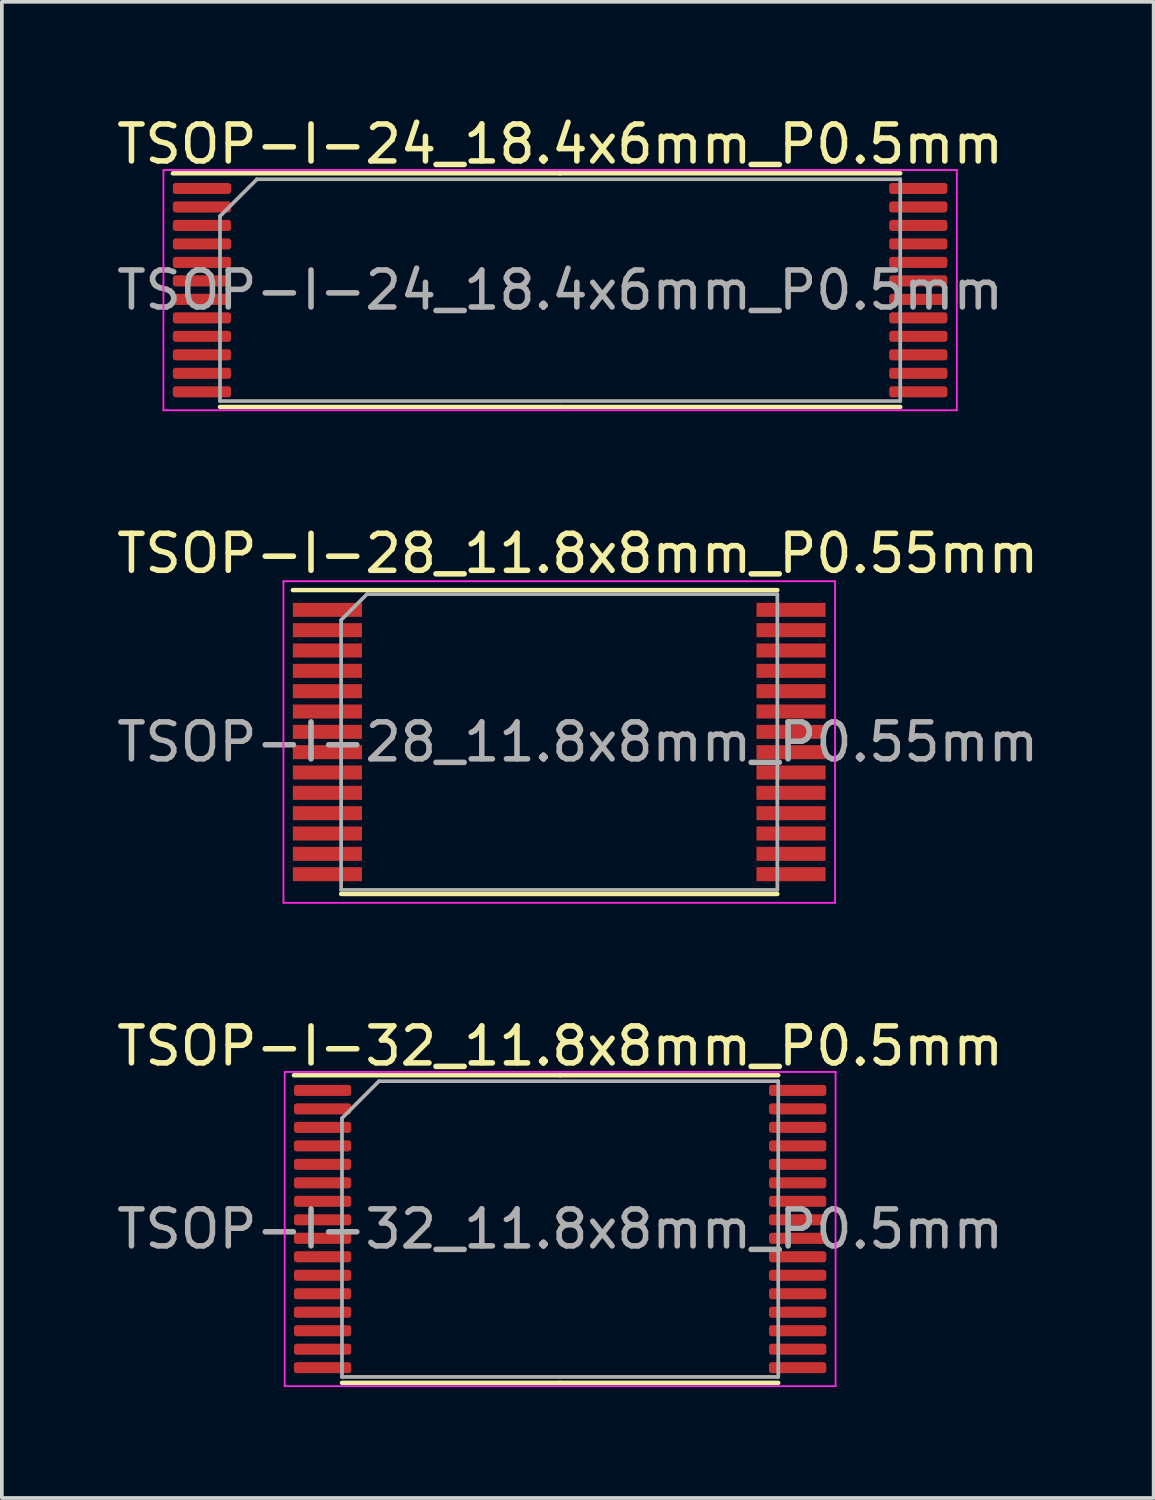
<source format=kicad_pcb>
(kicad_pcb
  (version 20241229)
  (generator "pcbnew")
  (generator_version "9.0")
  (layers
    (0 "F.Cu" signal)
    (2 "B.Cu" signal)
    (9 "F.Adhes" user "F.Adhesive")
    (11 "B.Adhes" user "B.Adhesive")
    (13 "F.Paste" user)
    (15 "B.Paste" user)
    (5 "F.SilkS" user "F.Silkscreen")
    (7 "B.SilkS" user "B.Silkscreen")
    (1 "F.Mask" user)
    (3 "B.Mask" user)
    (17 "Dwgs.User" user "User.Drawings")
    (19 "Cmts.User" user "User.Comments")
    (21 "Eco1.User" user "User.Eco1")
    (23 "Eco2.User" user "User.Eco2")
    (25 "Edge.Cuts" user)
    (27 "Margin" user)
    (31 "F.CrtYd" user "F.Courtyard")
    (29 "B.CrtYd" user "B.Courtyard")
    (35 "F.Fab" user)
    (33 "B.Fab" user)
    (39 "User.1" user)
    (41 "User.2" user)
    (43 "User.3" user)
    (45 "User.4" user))
  (footprint "TSOP-I-24_18.4x6mm_P0.5mm"
    (layer "F.Cu")
    (at 12.101 4.798)
    (property "Reference" "TSOP-I-24_18.4x6mm_P0.5mm" (at 0 -3.95 0) (layer "F.SilkS") (effects (font (size 1 1) (thickness 0.15))))
    (attr smd)
    (fp_line (start 0 -3.16) (end -10.475 -3.16) (stroke (width 0.12) (type solid)) (layer "F.SilkS"))
    (fp_line (start 0 -3.16) (end 9.2 -3.16) (stroke (width 0.12) (type solid)) (layer "F.SilkS"))
    (fp_line (start 0 3.16) (end -9.2 3.16) (stroke (width 0.12) (type solid)) (layer "F.SilkS"))
    (fp_line (start 0 3.16) (end 9.2 3.16) (stroke (width 0.12) (type solid)) (layer "F.SilkS"))
    (fp_line (start -10.73 -3.25) (end -10.73 3.25) (stroke (width 0.05) (type solid)) (layer "F.CrtYd"))
    (fp_line (start -10.73 3.25) (end 10.73 3.25) (stroke (width 0.05) (type solid)) (layer "F.CrtYd"))
    (fp_line (start 10.73 -3.25) (end -10.73 -3.25) (stroke (width 0.05) (type solid)) (layer "F.CrtYd"))
    (fp_line (start 10.73 3.25) (end 10.73 -3.25) (stroke (width 0.05) (type solid)) (layer "F.CrtYd"))
    (fp_line (start -9.2 -2) (end -8.2 -3) (stroke (width 0.1) (type solid)) (layer "F.Fab"))
    (fp_line (start -9.2 3) (end -9.2 -2) (stroke (width 0.1) (type solid)) (layer "F.Fab"))
    (fp_line (start -8.2 -3) (end 9.2 -3) (stroke (width 0.1) (type solid)) (layer "F.Fab"))
    (fp_line (start 9.2 -3) (end 9.2 3) (stroke (width 0.1) (type solid)) (layer "F.Fab"))
    (fp_line (start 9.2 3) (end -9.2 3) (stroke (width 0.1) (type solid)) (layer "F.Fab"))
    (fp_text user "${REFERENCE}" (at 0 0 0) (layer "F.Fab") (effects (font (size 1 1) (thickness 0.15))))
    (pad "1" smd roundrect (at -9.688 -2.75) (size 1.575 0.3) (layers "F.Cu" "F.Mask" "F.Paste") (roundrect_rratio 0.25))
    (pad "2" smd roundrect (at -9.688 -2.25) (size 1.575 0.3) (layers "F.Cu" "F.Mask" "F.Paste") (roundrect_rratio 0.25))
    (pad "3" smd roundrect (at -9.688 -1.75) (size 1.575 0.3) (layers "F.Cu" "F.Mask" "F.Paste") (roundrect_rratio 0.25))
    (pad "4" smd roundrect (at -9.688 -1.25) (size 1.575 0.3) (layers "F.Cu" "F.Mask" "F.Paste") (roundrect_rratio 0.25))
    (pad "5" smd roundrect (at -9.688 -0.75) (size 1.575 0.3) (layers "F.Cu" "F.Mask" "F.Paste") (roundrect_rratio 0.25))
    (pad "6" smd roundrect (at -9.688 -0.25) (size 1.575 0.3) (layers "F.Cu" "F.Mask" "F.Paste") (roundrect_rratio 0.25))
    (pad "7" smd roundrect (at -9.688 0.25) (size 1.575 0.3) (layers "F.Cu" "F.Mask" "F.Paste") (roundrect_rratio 0.25))
    (pad "8" smd roundrect (at -9.688 0.75) (size 1.575 0.3) (layers "F.Cu" "F.Mask" "F.Paste") (roundrect_rratio 0.25))
    (pad "9" smd roundrect (at -9.688 1.25) (size 1.575 0.3) (layers "F.Cu" "F.Mask" "F.Paste") (roundrect_rratio 0.25))
    (pad "10" smd roundrect (at -9.688 1.75) (size 1.575 0.3) (layers "F.Cu" "F.Mask" "F.Paste") (roundrect_rratio 0.25))
    (pad "11" smd roundrect (at -9.688 2.25) (size 1.575 0.3) (layers "F.Cu" "F.Mask" "F.Paste") (roundrect_rratio 0.25))
    (pad "12" smd roundrect (at -9.688 2.75) (size 1.575 0.3) (layers "F.Cu" "F.Mask" "F.Paste") (roundrect_rratio 0.25))
    (pad "13" smd roundrect (at 9.688 2.75) (size 1.575 0.3) (layers "F.Cu" "F.Mask" "F.Paste") (roundrect_rratio 0.25))
    (pad "14" smd roundrect (at 9.688 2.25) (size 1.575 0.3) (layers "F.Cu" "F.Mask" "F.Paste") (roundrect_rratio 0.25))
    (pad "15" smd roundrect (at 9.688 1.75) (size 1.575 0.3) (layers "F.Cu" "F.Mask" "F.Paste") (roundrect_rratio 0.25))
    (pad "16" smd roundrect (at 9.688 1.25) (size 1.575 0.3) (layers "F.Cu" "F.Mask" "F.Paste") (roundrect_rratio 0.25))
    (pad "17" smd roundrect (at 9.688 0.75) (size 1.575 0.3) (layers "F.Cu" "F.Mask" "F.Paste") (roundrect_rratio 0.25))
    (pad "18" smd roundrect (at 9.688 0.25) (size 1.575 0.3) (layers "F.Cu" "F.Mask" "F.Paste") (roundrect_rratio 0.25))
    (pad "19" smd roundrect (at 9.688 -0.25) (size 1.575 0.3) (layers "F.Cu" "F.Mask" "F.Paste") (roundrect_rratio 0.25))
    (pad "20" smd roundrect (at 9.688 -0.75) (size 1.575 0.3) (layers "F.Cu" "F.Mask" "F.Paste") (roundrect_rratio 0.25))
    (pad "21" smd roundrect (at 9.688 -1.25) (size 1.575 0.3) (layers "F.Cu" "F.Mask" "F.Paste") (roundrect_rratio 0.25))
    (pad "22" smd roundrect (at 9.688 -1.75) (size 1.575 0.3) (layers "F.Cu" "F.Mask" "F.Paste") (roundrect_rratio 0.25))
    (pad "23" smd roundrect (at 9.688 -2.25) (size 1.575 0.3) (layers "F.Cu" "F.Mask" "F.Paste") (roundrect_rratio 0.25))
    (pad "24" smd roundrect (at 9.688 -2.75) (size 1.575 0.3) (layers "F.Cu" "F.Mask" "F.Paste") (roundrect_rratio 0.25)))
  (footprint "TSOP-I-28_11.8x8mm_P0.55mm"
    (layer "F.Cu")
    (at 12.077 17.021)
    (property "Reference" "TSOP-I-28_11.8x8mm_P0.55mm" (at 0.5 -5.1 0) (layer "F.SilkS") (effects (font (size 1 1) (thickness 0.15))))
    (attr smd)
    (fp_line (start -7.205 -4.11) (end 5.9 -4.11) (stroke (width 0.12) (type solid)) (layer "F.SilkS"))
    (fp_line (start -5.9 4.11) (end 5.9 4.11) (stroke (width 0.12) (type solid)) (layer "F.SilkS"))
    (fp_line (start -7.46 -4.35) (end -7.46 4.35) (stroke (width 0.05) (type solid)) (layer "F.CrtYd"))
    (fp_line (start -7.46 -4.35) (end 7.46 -4.35) (stroke (width 0.05) (type solid)) (layer "F.CrtYd"))
    (fp_line (start 7.46 4.35) (end -7.46 4.35) (stroke (width 0.05) (type solid)) (layer "F.CrtYd"))
    (fp_line (start 7.46 4.35) (end 7.46 -4.35) (stroke (width 0.05) (type solid)) (layer "F.CrtYd"))
    (fp_line (start -5.9 -3.3) (end -5.9 4) (stroke (width 0.1) (type solid)) (layer "F.Fab"))
    (fp_line (start -5.9 -3.3) (end -5.2 -4) (stroke (width 0.1) (type solid)) (layer "F.Fab"))
    (fp_line (start 5.9 -4) (end -5.2 -4) (stroke (width 0.1) (type solid)) (layer "F.Fab"))
    (fp_line (start 5.9 -4) (end 5.9 4) (stroke (width 0.1) (type solid)) (layer "F.Fab"))
    (fp_line (start 5.9 4) (end -5.9 4) (stroke (width 0.1) (type solid)) (layer "F.Fab"))
    (fp_text user "${REFERENCE}" (at 0.5 0 0) (layer "F.Fab") (effects (font (size 1 1) (thickness 0.15))))
    (pad "1" smd rect (at -6.27 -3.575) (size 1.87 0.38) (layers "F.Cu" "F.Mask" "F.Paste"))
    (pad "2" smd rect (at -6.27 -3.025) (size 1.87 0.38) (layers "F.Cu" "F.Mask" "F.Paste"))
    (pad "3" smd rect (at -6.27 -2.475) (size 1.87 0.38) (layers "F.Cu" "F.Mask" "F.Paste"))
    (pad "4" smd rect (at -6.27 -1.925) (size 1.87 0.38) (layers "F.Cu" "F.Mask" "F.Paste"))
    (pad "5" smd rect (at -6.27 -1.375) (size 1.87 0.38) (layers "F.Cu" "F.Mask" "F.Paste"))
    (pad "6" smd rect (at -6.27 -0.825) (size 1.87 0.38) (layers "F.Cu" "F.Mask" "F.Paste"))
    (pad "7" smd rect (at -6.27 -0.275) (size 1.87 0.38) (layers "F.Cu" "F.Mask" "F.Paste"))
    (pad "8" smd rect (at -6.27 0.275) (size 1.87 0.38) (layers "F.Cu" "F.Mask" "F.Paste"))
    (pad "9" smd rect (at -6.27 0.825) (size 1.87 0.38) (layers "F.Cu" "F.Mask" "F.Paste"))
    (pad "10" smd rect (at -6.27 1.375) (size 1.87 0.38) (layers "F.Cu" "F.Mask" "F.Paste"))
    (pad "11" smd rect (at -6.27 1.925) (size 1.87 0.38) (layers "F.Cu" "F.Mask" "F.Paste"))
    (pad "12" smd rect (at -6.27 2.475) (size 1.87 0.38) (layers "F.Cu" "F.Mask" "F.Paste"))
    (pad "13" smd rect (at -6.27 3.025) (size 1.87 0.38) (layers "F.Cu" "F.Mask" "F.Paste"))
    (pad "14" smd rect (at -6.27 3.575) (size 1.87 0.38) (layers "F.Cu" "F.Mask" "F.Paste"))
    (pad "15" smd rect (at 6.27 3.575) (size 1.87 0.38) (layers "F.Cu" "F.Mask" "F.Paste"))
    (pad "16" smd rect (at 6.27 3.025) (size 1.87 0.38) (layers "F.Cu" "F.Mask" "F.Paste"))
    (pad "17" smd rect (at 6.27 2.475) (size 1.87 0.38) (layers "F.Cu" "F.Mask" "F.Paste"))
    (pad "18" smd rect (at 6.27 1.925) (size 1.87 0.38) (layers "F.Cu" "F.Mask" "F.Paste"))
    (pad "19" smd rect (at 6.27 1.375) (size 1.87 0.38) (layers "F.Cu" "F.Mask" "F.Paste"))
    (pad "20" smd rect (at 6.27 0.825) (size 1.87 0.38) (layers "F.Cu" "F.Mask" "F.Paste"))
    (pad "21" smd rect (at 6.27 0.275) (size 1.87 0.38) (layers "F.Cu" "F.Mask" "F.Paste"))
    (pad "22" smd rect (at 6.27 -0.275) (size 1.87 0.38) (layers "F.Cu" "F.Mask" "F.Paste"))
    (pad "23" smd rect (at 6.27 -0.825) (size 1.87 0.38) (layers "F.Cu" "F.Mask" "F.Paste"))
    (pad "24" smd rect (at 6.27 -1.375) (size 1.87 0.38) (layers "F.Cu" "F.Mask" "F.Paste"))
    (pad "25" smd rect (at 6.27 -1.925) (size 1.87 0.38) (layers "F.Cu" "F.Mask" "F.Paste"))
    (pad "26" smd rect (at 6.27 -2.475) (size 1.87 0.38) (layers "F.Cu" "F.Mask" "F.Paste"))
    (pad "27" smd rect (at 6.27 -3.025) (size 1.87 0.38) (layers "F.Cu" "F.Mask" "F.Paste"))
    (pad "28" smd rect (at 6.27 -3.575) (size 1.87 0.38) (layers "F.Cu" "F.Mask" "F.Paste")))
  (footprint "TSOP-I-32_11.8x8mm_P0.5mm"
    (layer "F.Cu")
    (at 12.101 30.195)
    (property "Reference" "TSOP-I-32_11.8x8mm_P0.5mm" (at 0 -4.95 0) (layer "F.SilkS") (effects (font (size 1 1) (thickness 0.15))))
    (attr smd)
    (fp_line (start 0 -4.16) (end -7.2 -4.16) (stroke (width 0.12) (type solid)) (layer "F.SilkS"))
    (fp_line (start 0 -4.16) (end 5.9 -4.16) (stroke (width 0.12) (type solid)) (layer "F.SilkS"))
    (fp_line (start 0 4.16) (end -5.9 4.16) (stroke (width 0.12) (type solid)) (layer "F.SilkS"))
    (fp_line (start 0 4.16) (end 5.9 4.16) (stroke (width 0.12) (type solid)) (layer "F.SilkS"))
    (fp_line (start -7.45 -4.25) (end -7.45 4.25) (stroke (width 0.05) (type solid)) (layer "F.CrtYd"))
    (fp_line (start -7.45 4.25) (end 7.45 4.25) (stroke (width 0.05) (type solid)) (layer "F.CrtYd"))
    (fp_line (start 7.45 -4.25) (end -7.45 -4.25) (stroke (width 0.05) (type solid)) (layer "F.CrtYd"))
    (fp_line (start 7.45 4.25) (end 7.45 -4.25) (stroke (width 0.05) (type solid)) (layer "F.CrtYd"))
    (fp_line (start -5.9 -3) (end -4.9 -4) (stroke (width 0.1) (type solid)) (layer "F.Fab"))
    (fp_line (start -5.9 4) (end -5.9 -3) (stroke (width 0.1) (type solid)) (layer "F.Fab"))
    (fp_line (start -4.9 -4) (end 5.9 -4) (stroke (width 0.1) (type solid)) (layer "F.Fab"))
    (fp_line (start 5.9 -4) (end 5.9 4) (stroke (width 0.1) (type solid)) (layer "F.Fab"))
    (fp_line (start 5.9 4) (end -5.9 4) (stroke (width 0.1) (type solid)) (layer "F.Fab"))
    (fp_text user "${REFERENCE}" (at 0 0 0) (layer "F.Fab") (effects (font (size 1 1) (thickness 0.15))))
    (pad "1" smd roundrect (at -6.425 -3.75) (size 1.55 0.3) (layers "F.Cu" "F.Mask" "F.Paste") (roundrect_rratio 0.25))
    (pad "2" smd roundrect (at -6.425 -3.25) (size 1.55 0.3) (layers "F.Cu" "F.Mask" "F.Paste") (roundrect_rratio 0.25))
    (pad "3" smd roundrect (at -6.425 -2.75) (size 1.55 0.3) (layers "F.Cu" "F.Mask" "F.Paste") (roundrect_rratio 0.25))
    (pad "4" smd roundrect (at -6.425 -2.25) (size 1.55 0.3) (layers "F.Cu" "F.Mask" "F.Paste") (roundrect_rratio 0.25))
    (pad "5" smd roundrect (at -6.425 -1.75) (size 1.55 0.3) (layers "F.Cu" "F.Mask" "F.Paste") (roundrect_rratio 0.25))
    (pad "6" smd roundrect (at -6.425 -1.25) (size 1.55 0.3) (layers "F.Cu" "F.Mask" "F.Paste") (roundrect_rratio 0.25))
    (pad "7" smd roundrect (at -6.425 -0.75) (size 1.55 0.3) (layers "F.Cu" "F.Mask" "F.Paste") (roundrect_rratio 0.25))
    (pad "8" smd roundrect (at -6.425 -0.25) (size 1.55 0.3) (layers "F.Cu" "F.Mask" "F.Paste") (roundrect_rratio 0.25))
    (pad "9" smd roundrect (at -6.425 0.25) (size 1.55 0.3) (layers "F.Cu" "F.Mask" "F.Paste") (roundrect_rratio 0.25))
    (pad "10" smd roundrect (at -6.425 0.75) (size 1.55 0.3) (layers "F.Cu" "F.Mask" "F.Paste") (roundrect_rratio 0.25))
    (pad "11" smd roundrect (at -6.425 1.25) (size 1.55 0.3) (layers "F.Cu" "F.Mask" "F.Paste") (roundrect_rratio 0.25))
    (pad "12" smd roundrect (at -6.425 1.75) (size 1.55 0.3) (layers "F.Cu" "F.Mask" "F.Paste") (roundrect_rratio 0.25))
    (pad "13" smd roundrect (at -6.425 2.25) (size 1.55 0.3) (layers "F.Cu" "F.Mask" "F.Paste") (roundrect_rratio 0.25))
    (pad "14" smd roundrect (at -6.425 2.75) (size 1.55 0.3) (layers "F.Cu" "F.Mask" "F.Paste") (roundrect_rratio 0.25))
    (pad "15" smd roundrect (at -6.425 3.25) (size 1.55 0.3) (layers "F.Cu" "F.Mask" "F.Paste") (roundrect_rratio 0.25))
    (pad "16" smd roundrect (at -6.425 3.75) (size 1.55 0.3) (layers "F.Cu" "F.Mask" "F.Paste") (roundrect_rratio 0.25))
    (pad "17" smd roundrect (at 6.425 3.75) (size 1.55 0.3) (layers "F.Cu" "F.Mask" "F.Paste") (roundrect_rratio 0.25))
    (pad "18" smd roundrect (at 6.425 3.25) (size 1.55 0.3) (layers "F.Cu" "F.Mask" "F.Paste") (roundrect_rratio 0.25))
    (pad "19" smd roundrect (at 6.425 2.75) (size 1.55 0.3) (layers "F.Cu" "F.Mask" "F.Paste") (roundrect_rratio 0.25))
    (pad "20" smd roundrect (at 6.425 2.25) (size 1.55 0.3) (layers "F.Cu" "F.Mask" "F.Paste") (roundrect_rratio 0.25))
    (pad "21" smd roundrect (at 6.425 1.75) (size 1.55 0.3) (layers "F.Cu" "F.Mask" "F.Paste") (roundrect_rratio 0.25))
    (pad "22" smd roundrect (at 6.425 1.25) (size 1.55 0.3) (layers "F.Cu" "F.Mask" "F.Paste") (roundrect_rratio 0.25))
    (pad "23" smd roundrect (at 6.425 0.75) (size 1.55 0.3) (layers "F.Cu" "F.Mask" "F.Paste") (roundrect_rratio 0.25))
    (pad "24" smd roundrect (at 6.425 0.25) (size 1.55 0.3) (layers "F.Cu" "F.Mask" "F.Paste") (roundrect_rratio 0.25))
    (pad "25" smd roundrect (at 6.425 -0.25) (size 1.55 0.3) (layers "F.Cu" "F.Mask" "F.Paste") (roundrect_rratio 0.25))
    (pad "26" smd roundrect (at 6.425 -0.75) (size 1.55 0.3) (layers "F.Cu" "F.Mask" "F.Paste") (roundrect_rratio 0.25))
    (pad "27" smd roundrect (at 6.425 -1.25) (size 1.55 0.3) (layers "F.Cu" "F.Mask" "F.Paste") (roundrect_rratio 0.25))
    (pad "28" smd roundrect (at 6.425 -1.75) (size 1.55 0.3) (layers "F.Cu" "F.Mask" "F.Paste") (roundrect_rratio 0.25))
    (pad "29" smd roundrect (at 6.425 -2.25) (size 1.55 0.3) (layers "F.Cu" "F.Mask" "F.Paste") (roundrect_rratio 0.25))
    (pad "30" smd roundrect (at 6.425 -2.75) (size 1.55 0.3) (layers "F.Cu" "F.Mask" "F.Paste") (roundrect_rratio 0.25))
    (pad "31" smd roundrect (at 6.425 -3.25) (size 1.55 0.3) (layers "F.Cu" "F.Mask" "F.Paste") (roundrect_rratio 0.25))
    (pad "32" smd roundrect (at 6.425 -3.75) (size 1.55 0.3) (layers "F.Cu" "F.Mask" "F.Paste") (roundrect_rratio 0.25)))
  (gr_rect
    (start -3 -3)
    (end 28.155 37.47)
    (stroke (width 0.1) (type default))
    (fill no)
    (layer "Edge.Cuts")))
</source>
